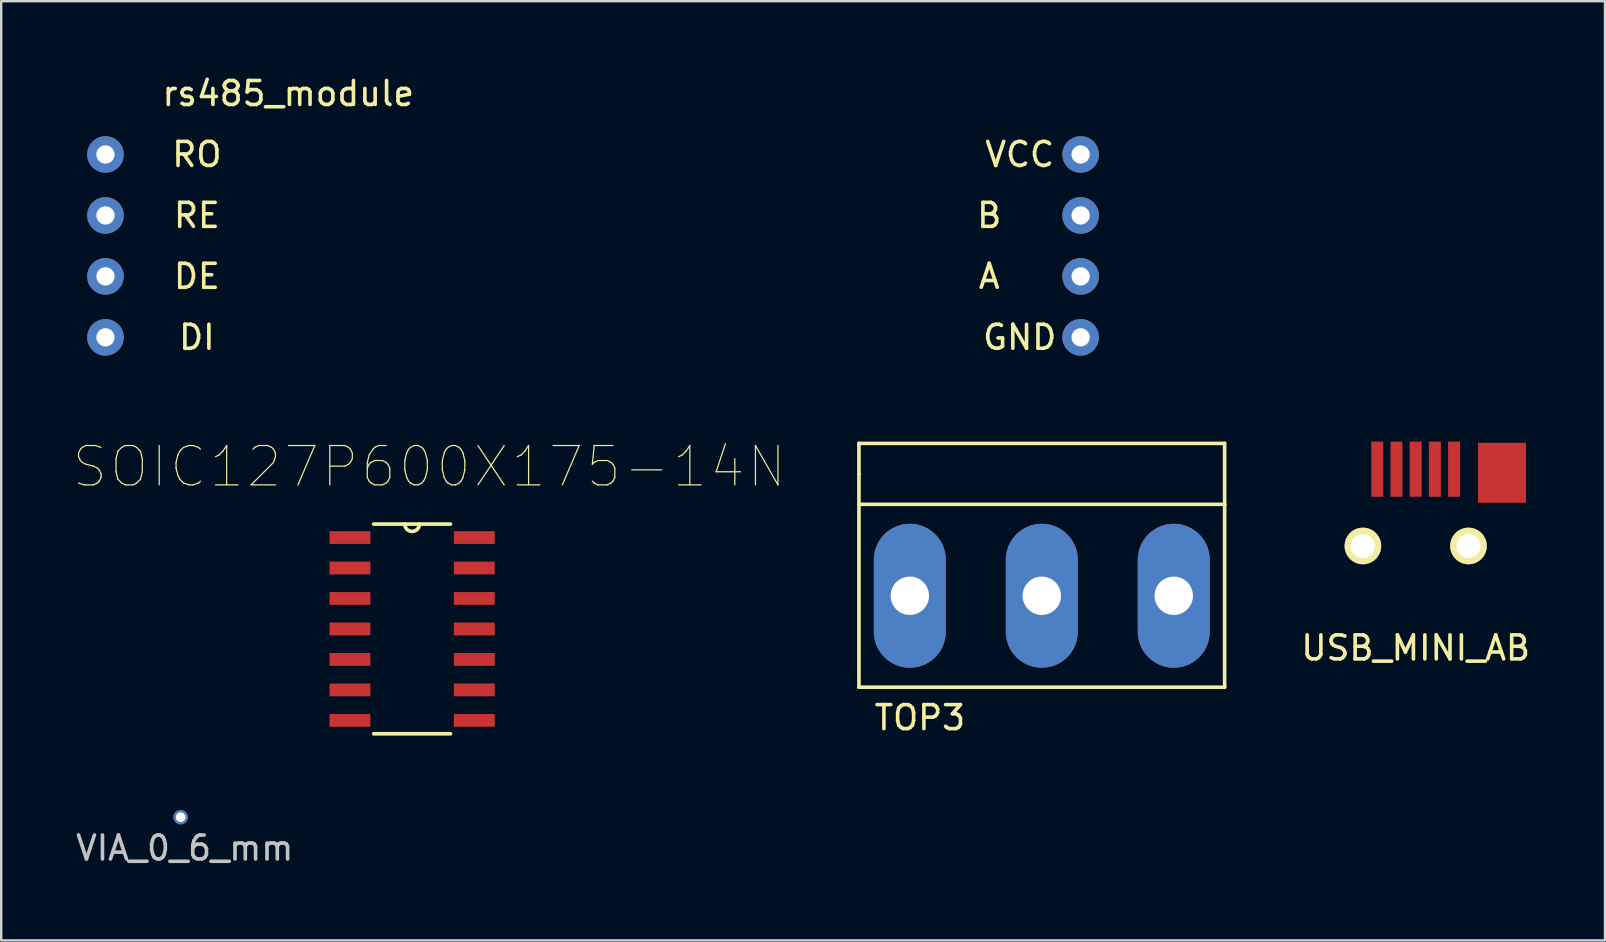
<source format=kicad_pcb>
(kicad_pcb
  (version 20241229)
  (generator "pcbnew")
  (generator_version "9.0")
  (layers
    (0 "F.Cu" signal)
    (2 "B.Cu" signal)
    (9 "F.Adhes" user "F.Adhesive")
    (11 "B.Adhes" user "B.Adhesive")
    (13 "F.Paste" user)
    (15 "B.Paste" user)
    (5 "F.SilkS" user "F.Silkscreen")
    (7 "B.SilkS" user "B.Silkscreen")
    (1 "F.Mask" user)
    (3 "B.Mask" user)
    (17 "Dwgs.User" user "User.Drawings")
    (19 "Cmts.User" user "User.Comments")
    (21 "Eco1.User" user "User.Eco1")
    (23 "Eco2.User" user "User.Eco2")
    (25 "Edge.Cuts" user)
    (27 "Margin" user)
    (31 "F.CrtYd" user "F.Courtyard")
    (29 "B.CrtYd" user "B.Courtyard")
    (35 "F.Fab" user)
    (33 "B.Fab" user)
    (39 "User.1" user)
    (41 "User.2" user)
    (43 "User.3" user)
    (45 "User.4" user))
  (footprint "TOP3"
    (layer "F.Cu")
    (at 40.366 21.778)
    (property "Reference" "TOP3" (at -5.08 5.08 0) (layer "F.SilkS") (effects (font (size 1 1) (thickness 0.15))))
    (attr through_hole)
    (fp_line (start -7.62 -6.35) (end 7.62 -6.35) (stroke (width 0.15) (type solid)) (layer "F.SilkS"))
    (fp_line (start -7.62 -5.08) (end -7.62 -6.35) (stroke (width 0.15) (type solid)) (layer "F.SilkS"))
    (fp_line (start -7.62 -3.81) (end -7.62 -5.08) (stroke (width 0.15) (type solid)) (layer "F.SilkS"))
    (fp_line (start -7.62 -3.81) (end 7.62 -3.81) (stroke (width 0.15) (type solid)) (layer "F.SilkS"))
    (fp_line (start -7.62 3.81) (end -7.62 -3.81) (stroke (width 0.15) (type solid)) (layer "F.SilkS"))
    (fp_line (start 7.62 -6.35) (end 7.62 -3.81) (stroke (width 0.15) (type solid)) (layer "F.SilkS"))
    (fp_line (start 7.62 -3.81) (end 7.62 3.81) (stroke (width 0.15) (type solid)) (layer "F.SilkS"))
    (fp_line (start 7.62 3.81) (end -7.62 3.81) (stroke (width 0.15) (type solid)) (layer "F.SilkS"))
    (pad "1" thru_hole oval (at -5.5 0) (size 3 6) (drill 1.6) (layers "*.Cu" "*.Mask"))
    (pad "2" thru_hole oval (at 0 0) (size 3 6) (drill 1.6) (layers "*.Cu" "*.Mask"))
    (pad "3" thru_hole oval (at 5.5 0) (size 3 6) (drill 1.6) (layers "*.Cu" "*.Mask")))
  (footprint "USB_MINI_AB"
    (layer "F.Cu")
    (at 55.948 19.703)
    (property "Reference" "USB_MINI_AB" (at 0 4.25 0) (layer "F.SilkS") (effects (font (size 1 1) (thickness 0.15))))
    (attr through_hole)
    (pad "1" thru_hole circle (at 2.2 0) (size 1.524 1.524) (drill 1) (layers "*.Cu" "*.Mask" "F.SilkS"))
    (pad "2" thru_hole circle (at -2.2 0) (size 1.524 1.524) (drill 1) (layers "*.Cu" "*.Mask" "F.SilkS"))
    (pad "3" smd rect (at -1.6 -3.2 90) (size 2.3 0.5) (layers "F.Cu" "F.Mask" "F.Paste"))
    (pad "3" smd rect (at -0.8 -3.2 90) (size 2.3 0.5) (layers "F.Cu" "F.Mask" "F.Paste"))
    (pad "3" smd rect (at 0 -3.2 90) (size 2.3 0.5) (layers "F.Cu" "F.Mask" "F.Paste"))
    (pad "3" smd rect (at 0.8 -3.2 90) (size 2.3 0.5) (layers "F.Cu" "F.Mask" "F.Paste"))
    (pad "3" smd rect (at 1.6 -3.2 90) (size 2.3 0.5) (layers "F.Cu" "F.Mask" "F.Paste"))
    (pad "4" smd rect (at 3.6 -3.05 90) (size 2.5 2) (layers "F.Cu" "F.Mask" "F.Paste")))
  (footprint "VIA_0_6_mm"
    (layer "F.Cu")
    (at 4.479 31.006)
    (property "Reference" "VIA_0_6_mm" (at 0.17 1.286 0) (layer "Dwgs.User") (effects (font (size 1 1) (thickness 0.15))))
    (attr through_hole)
    (pad "1" thru_hole circle (at 0 0) (size 0.6 0.6) (drill 0.4) (layers "*.Cu")))
  (footprint "rs485_module"
    (layer "F.Cu")
    (at 21.665 7.198)
    (property "Reference" "rs485_module" (at -12.7 -6.35 0) (layer "F.SilkS") (effects (font (size 1 1) (thickness 0.15))))
    (attr through_hole)
    (fp_line (start -21.59 -5.08) (end 21.59 -5.08) (stroke (width 0.15) (type solid)) (layer "B.Paste"))
    (fp_line (start -21.59 5.08) (end -21.59 -5.08) (stroke (width 0.15) (type solid)) (layer "B.Paste"))
    (fp_line (start -21.59 5.08) (end 21.59 5.08) (stroke (width 0.15) (type solid)) (layer "B.Paste"))
    (fp_line (start 21.59 -5.08) (end 21.59 5.08) (stroke (width 0.15) (type solid)) (layer "B.Paste"))
    (fp_text user "RO" (at -16.51 -3.81 0) (layer "F.SilkS") (effects (font (size 1 1) (thickness 0.15))))
    (fp_text user "GND" (at 17.78 3.81 0) (layer "F.SilkS") (effects (font (size 1 1) (thickness 0.15))))
    (fp_text user "DE" (at -16.51 1.27 0) (layer "F.SilkS") (effects (font (size 1 1) (thickness 0.15))))
    (fp_text user "A" (at 16.51 1.27 0) (layer "F.SilkS") (effects (font (size 1 1) (thickness 0.15))))
    (fp_text user "VCC" (at 17.78 -3.81 0) (layer "F.SilkS") (effects (font (size 1 1) (thickness 0.15))))
    (fp_text user "RE" (at -16.51 -1.27 0) (layer "F.SilkS") (effects (font (size 1 1) (thickness 0.15))))
    (fp_text user "DI" (at -16.51 3.81 0) (layer "F.SilkS") (effects (font (size 1 1) (thickness 0.15))))
    (fp_text user "B" (at 16.51 -1.27 0) (layer "F.SilkS") (effects (font (size 1 1) (thickness 0.15))))
    (pad "1" thru_hole circle (at -20.32 -3.81) (size 1.524 1.524) (drill 0.762) (layers "*.Cu" "*.Mask"))
    (pad "2" thru_hole circle (at -20.32 -1.27) (size 1.524 1.524) (drill 0.762) (layers "*.Cu" "*.Mask"))
    (pad "3" thru_hole circle (at -20.32 1.27) (size 1.524 1.524) (drill 0.762) (layers "*.Cu" "*.Mask"))
    (pad "4" thru_hole circle (at -20.32 3.81) (size 1.524 1.524) (drill 0.762) (layers "*.Cu" "*.Mask"))
    (pad "5" thru_hole circle (at 20.32 3.81) (size 1.524 1.524) (drill 0.762) (layers "*.Cu" "*.Mask"))
    (pad "6" thru_hole circle (at 20.32 1.27) (size 1.524 1.524) (drill 0.762) (layers "*.Cu" "*.Mask"))
    (pad "7" thru_hole circle (at 20.32 -1.27) (size 1.524 1.524) (drill 0.762) (layers "*.Cu" "*.Mask"))
    (pad "8" thru_hole circle (at 20.32 -3.81) (size 1.524 1.524) (drill 0.762) (layers "*.Cu" "*.Mask")))
  (footprint "SOIC127P600X175-14N"
    (layer "F.Cu")
    (at 14.124 23.161)
    (property "Reference" "SOIC127P600X175-14N" (at 0.712 -6.76 0) (layer "F.SilkS") (effects (font (size 1.641 1.641) (thickness 0.05))))
    (attr smd)
    (fp_line (start -1.6 4.369) (end 1.6 4.369) (stroke (width 0.152) (type solid)) (layer "F.SilkS"))
    (fp_line (start -0.305 -4.369) (end -1.6 -4.369) (stroke (width 0.152) (type solid)) (layer "F.SilkS"))
    (fp_line (start 0.305 -4.369) (end -0.305 -4.369) (stroke (width 0.152) (type solid)) (layer "F.SilkS"))
    (fp_line (start 1.6 -4.369) (end 0.305 -4.369) (stroke (width 0.152) (type solid)) (layer "F.SilkS"))
    (fp_arc (start 0.3048 -4.3688) (mid 0 -4.064) (end -0.3048 -4.3688) (stroke (width 0.1524) (type solid)) (layer "F.SilkS"))
    (fp_line (start -3.099 -4.064) (end -3.099 -3.556) (stroke (width 0.1) (type solid)) (layer "Eco2.User"))
    (fp_line (start -3.099 -3.556) (end -2.007 -3.556) (stroke (width 0.1) (type solid)) (layer "Eco2.User"))
    (fp_line (start -3.099 -2.794) (end -3.099 -2.286) (stroke (width 0.1) (type solid)) (layer "Eco2.User"))
    (fp_line (start -3.099 -2.286) (end -2.007 -2.286) (stroke (width 0.1) (type solid)) (layer "Eco2.User"))
    (fp_line (start -3.099 -1.524) (end -3.099 -1.016) (stroke (width 0.1) (type solid)) (layer "Eco2.User"))
    (fp_line (start -3.099 -1.016) (end -2.007 -1.016) (stroke (width 0.1) (type solid)) (layer "Eco2.User"))
    (fp_line (start -3.099 -0.254) (end -3.099 0.254) (stroke (width 0.1) (type solid)) (layer "Eco2.User"))
    (fp_line (start -3.099 0.254) (end -2.007 0.254) (stroke (width 0.1) (type solid)) (layer "Eco2.User"))
    (fp_line (start -3.099 1.016) (end -3.099 1.524) (stroke (width 0.1) (type solid)) (layer "Eco2.User"))
    (fp_line (start -3.099 1.524) (end -2.007 1.524) (stroke (width 0.1) (type solid)) (layer "Eco2.User"))
    (fp_line (start -3.099 2.286) (end -3.099 2.794) (stroke (width 0.1) (type solid)) (layer "Eco2.User"))
    (fp_line (start -3.099 2.794) (end -2.007 2.794) (stroke (width 0.1) (type solid)) (layer "Eco2.User"))
    (fp_line (start -3.099 3.556) (end -3.099 4.064) (stroke (width 0.1) (type solid)) (layer "Eco2.User"))
    (fp_line (start -3.099 4.064) (end -2.007 4.064) (stroke (width 0.1) (type solid)) (layer "Eco2.User"))
    (fp_line (start -2.007 -4.369) (end -2.007 4.369) (stroke (width 0.1) (type solid)) (layer "Eco2.User"))
    (fp_line (start -2.007 -4.064) (end -3.099 -4.064) (stroke (width 0.1) (type solid)) (layer "Eco2.User"))
    (fp_line (start -2.007 -3.556) (end -2.007 -4.064) (stroke (width 0.1) (type solid)) (layer "Eco2.User"))
    (fp_line (start -2.007 -2.794) (end -3.099 -2.794) (stroke (width 0.1) (type solid)) (layer "Eco2.User"))
    (fp_line (start -2.007 -2.286) (end -2.007 -2.794) (stroke (width 0.1) (type solid)) (layer "Eco2.User"))
    (fp_line (start -2.007 -1.524) (end -3.099 -1.524) (stroke (width 0.1) (type solid)) (layer "Eco2.User"))
    (fp_line (start -2.007 -1.016) (end -2.007 -1.524) (stroke (width 0.1) (type solid)) (layer "Eco2.User"))
    (fp_line (start -2.007 -0.254) (end -3.099 -0.254) (stroke (width 0.1) (type solid)) (layer "Eco2.User"))
    (fp_line (start -2.007 0.254) (end -2.007 -0.254) (stroke (width 0.1) (type solid)) (layer "Eco2.User"))
    (fp_line (start -2.007 1.016) (end -3.099 1.016) (stroke (width 0.1) (type solid)) (layer "Eco2.User"))
    (fp_line (start -2.007 1.524) (end -2.007 1.016) (stroke (width 0.1) (type solid)) (layer "Eco2.User"))
    (fp_line (start -2.007 2.286) (end -3.099 2.286) (stroke (width 0.1) (type solid)) (layer "Eco2.User"))
    (fp_line (start -2.007 2.794) (end -2.007 2.286) (stroke (width 0.1) (type solid)) (layer "Eco2.User"))
    (fp_line (start -2.007 3.556) (end -3.099 3.556) (stroke (width 0.1) (type solid)) (layer "Eco2.User"))
    (fp_line (start -2.007 4.064) (end -2.007 3.556) (stroke (width 0.1) (type solid)) (layer "Eco2.User"))
    (fp_line (start -2.007 4.369) (end 2.007 4.369) (stroke (width 0.1) (type solid)) (layer "Eco2.User"))
    (fp_line (start -0.305 -4.369) (end -2.007 -4.369) (stroke (width 0.1) (type solid)) (layer "Eco2.User"))
    (fp_line (start 0.305 -4.369) (end -0.305 -4.369) (stroke (width 0.1) (type solid)) (layer "Eco2.User"))
    (fp_line (start 2.007 -4.369) (end 0.305 -4.369) (stroke (width 0.1) (type solid)) (layer "Eco2.User"))
    (fp_line (start 2.007 -4.064) (end 2.007 -3.556) (stroke (width 0.1) (type solid)) (layer "Eco2.User"))
    (fp_line (start 2.007 -3.556) (end 3.099 -3.556) (stroke (width 0.1) (type solid)) (layer "Eco2.User"))
    (fp_line (start 2.007 -2.794) (end 2.007 -2.286) (stroke (width 0.1) (type solid)) (layer "Eco2.User"))
    (fp_line (start 2.007 -2.286) (end 3.099 -2.286) (stroke (width 0.1) (type solid)) (layer "Eco2.User"))
    (fp_line (start 2.007 -1.524) (end 2.007 -1.016) (stroke (width 0.1) (type solid)) (layer "Eco2.User"))
    (fp_line (start 2.007 -1.016) (end 3.099 -1.016) (stroke (width 0.1) (type solid)) (layer "Eco2.User"))
    (fp_line (start 2.007 -0.254) (end 2.007 0.254) (stroke (width 0.1) (type solid)) (layer "Eco2.User"))
    (fp_line (start 2.007 0.254) (end 3.099 0.254) (stroke (width 0.1) (type solid)) (layer "Eco2.User"))
    (fp_line (start 2.007 1.016) (end 2.007 1.524) (stroke (width 0.1) (type solid)) (layer "Eco2.User"))
    (fp_line (start 2.007 1.524) (end 3.099 1.524) (stroke (width 0.1) (type solid)) (layer "Eco2.User"))
    (fp_line (start 2.007 2.286) (end 2.007 2.794) (stroke (width 0.1) (type solid)) (layer "Eco2.User"))
    (fp_line (start 2.007 2.794) (end 3.099 2.794) (stroke (width 0.1) (type solid)) (layer "Eco2.User"))
    (fp_line (start 2.007 3.556) (end 2.007 4.064) (stroke (width 0.1) (type solid)) (layer "Eco2.User"))
    (fp_line (start 2.007 4.064) (end 3.099 4.064) (stroke (width 0.1) (type solid)) (layer "Eco2.User"))
    (fp_line (start 2.007 4.369) (end 2.007 -4.369) (stroke (width 0.1) (type solid)) (layer "Eco2.User"))
    (fp_line (start 3.099 -4.064) (end 2.007 -4.064) (stroke (width 0.1) (type solid)) (layer "Eco2.User"))
    (fp_line (start 3.099 -3.556) (end 3.099 -4.064) (stroke (width 0.1) (type solid)) (layer "Eco2.User"))
    (fp_line (start 3.099 -2.794) (end 2.007 -2.794) (stroke (width 0.1) (type solid)) (layer "Eco2.User"))
    (fp_line (start 3.099 -2.286) (end 3.099 -2.794) (stroke (width 0.1) (type solid)) (layer "Eco2.User"))
    (fp_line (start 3.099 -1.524) (end 2.007 -1.524) (stroke (width 0.1) (type solid)) (layer "Eco2.User"))
    (fp_line (start 3.099 -1.016) (end 3.099 -1.524) (stroke (width 0.1) (type solid)) (layer "Eco2.User"))
    (fp_line (start 3.099 -0.254) (end 2.007 -0.254) (stroke (width 0.1) (type solid)) (layer "Eco2.User"))
    (fp_line (start 3.099 0.254) (end 3.099 -0.254) (stroke (width 0.1) (type solid)) (layer "Eco2.User"))
    (fp_line (start 3.099 1.016) (end 2.007 1.016) (stroke (width 0.1) (type solid)) (layer "Eco2.User"))
    (fp_line (start 3.099 1.524) (end 3.099 1.016) (stroke (width 0.1) (type solid)) (layer "Eco2.User"))
    (fp_line (start 3.099 2.286) (end 2.007 2.286) (stroke (width 0.1) (type solid)) (layer "Eco2.User"))
    (fp_line (start 3.099 2.794) (end 3.099 2.286) (stroke (width 0.1) (type solid)) (layer "Eco2.User"))
    (fp_line (start 3.099 3.556) (end 2.007 3.556) (stroke (width 0.1) (type solid)) (layer "Eco2.User"))
    (fp_line (start 3.099 4.064) (end 3.099 3.556) (stroke (width 0.1) (type solid)) (layer "Eco2.User"))
    (fp_arc (start 0.3048 -4.3688) (mid 0 -4.064) (end -0.3048 -4.3688) (stroke (width 0.1) (type solid)) (layer "Eco2.User"))
    (pad "1" smd rect (at -2.591 -3.81) (size 1.702 0.533) (layers "F.Cu" "F.Mask" "F.Paste"))
    (pad "2" smd rect (at -2.591 -2.54) (size 1.702 0.533) (layers "F.Cu" "F.Mask" "F.Paste"))
    (pad "3" smd rect (at -2.591 -1.27) (size 1.702 0.533) (layers "F.Cu" "F.Mask" "F.Paste"))
    (pad "4" smd rect (at -2.591 0) (size 1.702 0.533) (layers "F.Cu" "F.Mask" "F.Paste"))
    (pad "5" smd rect (at -2.591 1.27) (size 1.702 0.533) (layers "F.Cu" "F.Mask" "F.Paste"))
    (pad "6" smd rect (at -2.591 2.54) (size 1.702 0.533) (layers "F.Cu" "F.Mask" "F.Paste"))
    (pad "7" smd rect (at -2.591 3.81) (size 1.702 0.533) (layers "F.Cu" "F.Mask" "F.Paste"))
    (pad "8" smd rect (at 2.591 3.81) (size 1.702 0.533) (layers "F.Cu" "F.Mask" "F.Paste"))
    (pad "9" smd rect (at 2.591 2.54) (size 1.702 0.533) (layers "F.Cu" "F.Mask" "F.Paste"))
    (pad "10" smd rect (at 2.591 1.27) (size 1.702 0.533) (layers "F.Cu" "F.Mask" "F.Paste"))
    (pad "11" smd rect (at 2.591 0) (size 1.702 0.533) (layers "F.Cu" "F.Mask" "F.Paste"))
    (pad "12" smd rect (at 2.591 -1.27) (size 1.702 0.533) (layers "F.Cu" "F.Mask" "F.Paste"))
    (pad "13" smd rect (at 2.591 -2.54) (size 1.702 0.533) (layers "F.Cu" "F.Mask" "F.Paste"))
    (pad "14" smd rect (at 2.591 -3.81) (size 1.702 0.533) (layers "F.Cu" "F.Mask" "F.Paste")))
  (gr_rect
    (start -3 -3)
    (end 63.835 36.141)
    (stroke (width 0.1) (type default))
    (fill no)
    (layer "Edge.Cuts")))
</source>
